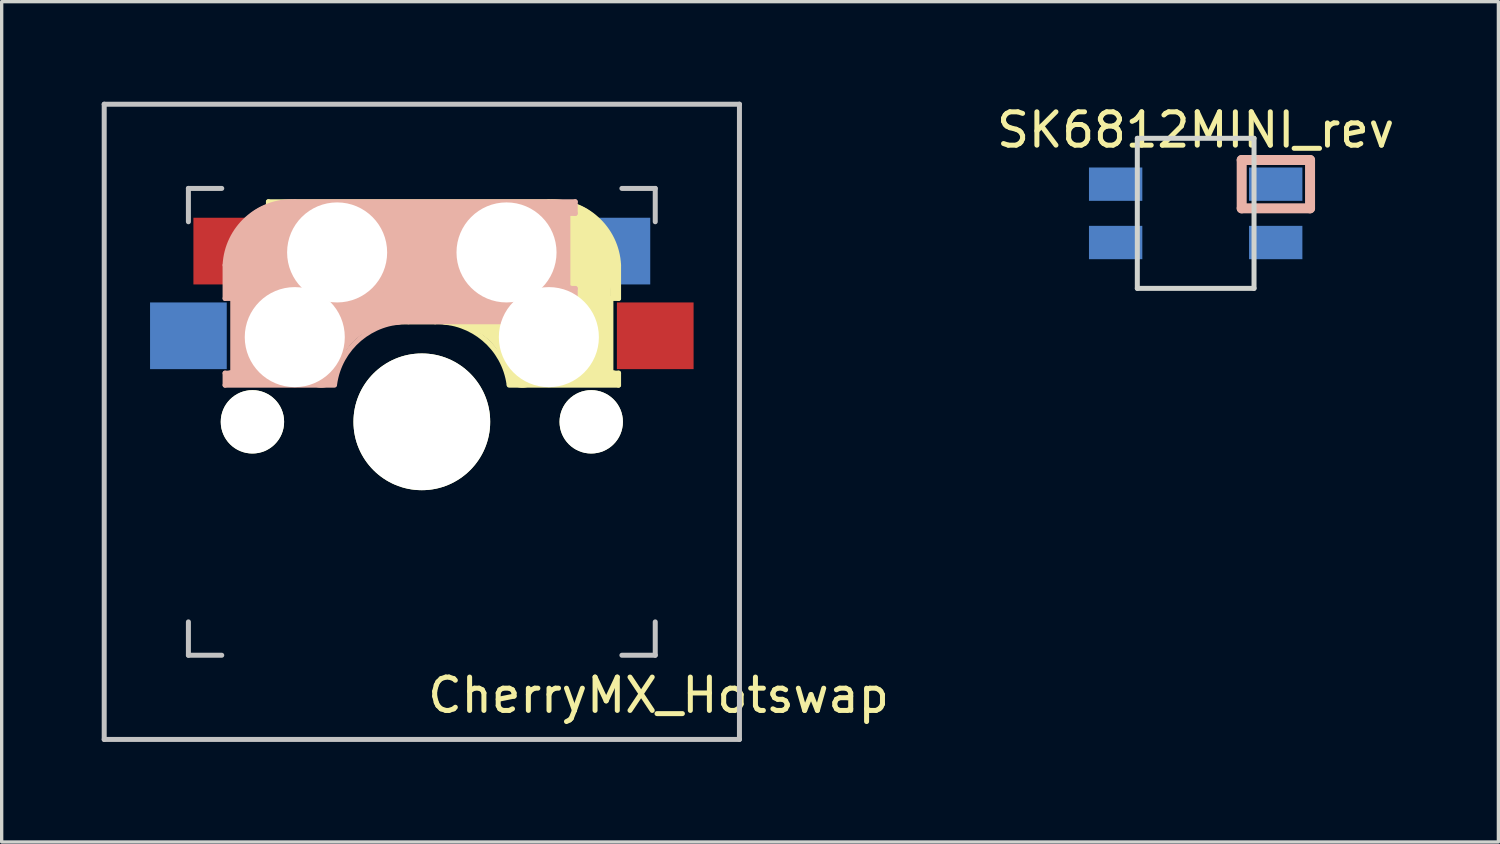
<source format=kicad_pcb>
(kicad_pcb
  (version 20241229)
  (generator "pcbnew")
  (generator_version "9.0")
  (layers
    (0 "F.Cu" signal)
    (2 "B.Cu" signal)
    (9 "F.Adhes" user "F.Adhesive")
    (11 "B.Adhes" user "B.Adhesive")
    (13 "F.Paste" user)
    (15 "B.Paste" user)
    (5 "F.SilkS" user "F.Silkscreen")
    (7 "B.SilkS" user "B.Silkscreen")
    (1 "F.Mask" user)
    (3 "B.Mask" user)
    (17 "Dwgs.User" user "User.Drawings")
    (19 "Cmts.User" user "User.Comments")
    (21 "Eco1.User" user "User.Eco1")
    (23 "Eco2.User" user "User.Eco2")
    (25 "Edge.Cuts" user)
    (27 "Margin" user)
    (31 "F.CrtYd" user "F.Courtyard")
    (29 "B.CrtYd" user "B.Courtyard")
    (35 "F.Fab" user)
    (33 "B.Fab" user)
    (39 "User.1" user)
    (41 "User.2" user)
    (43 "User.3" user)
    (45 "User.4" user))
  (footprint "SK6812MINI_rev"
    (layer "F.Cu")
    (at 32.807 3.348)
    (property "Reference" "SK6812MINI_rev" (at 0 -2.5 0) (layer "F.SilkS") (effects (font (size 1 1) (thickness 0.15))))
    (attr through_hole)
    (fp_line (start 1.38 -1.6) (end 3.43 -1.6) (stroke (width 0.3) (type solid)) (layer "B.SilkS"))
    (fp_line (start 1.38 -0.15) (end 1.38 -1.6) (stroke (width 0.3) (type solid)) (layer "B.SilkS"))
    (fp_line (start 3.43 -1.6) (end 3.43 -0.15) (stroke (width 0.3) (type solid)) (layer "B.SilkS"))
    (fp_line (start 3.43 -0.15) (end 1.38 -0.15) (stroke (width 0.3) (type solid)) (layer "B.SilkS"))
    (fp_line (start -1.75 -2.25) (end -1.75 2.25) (stroke (width 0.15) (type solid)) (layer "Edge.Cuts"))
    (fp_line (start -1.75 -2.25) (end 1.75 -2.25) (stroke (width 0.15) (type solid)) (layer "Edge.Cuts"))
    (fp_line (start 1.75 -2.25) (end 1.75 2.25) (stroke (width 0.15) (type solid)) (layer "Edge.Cuts"))
    (fp_line (start 1.75 2.25) (end -1.75 2.25) (stroke (width 0.15) (type solid)) (layer "Edge.Cuts"))
    (pad "1" smd rect (at -2.4 -0.875) (size 1.6 1) (layers "B.Cu" "B.Mask" "B.Paste"))
    (pad "2" smd rect (at -2.4 0.875) (size 1.6 1) (layers "B.Cu" "B.Mask" "B.Paste"))
    (pad "3" smd rect (at 2.4 0.875) (size 1.6 1) (layers "B.Cu" "B.Mask" "B.Paste"))
    (pad "4" smd rect (at 2.4 -0.875) (size 1.6 1) (layers "B.Cu" "B.Mask" "B.Paste")))
  (footprint "CherryMX_Hotswap"
    (layer "F.Cu")
    (at 9.6 9.6)
    (property "Reference" "CherryMX_Hotswap" (at 7.1 8.2 0) (layer "F.SilkS") (effects (font (size 1 1) (thickness 0.15))))
    (attr through_hole)
    (fp_line (start -4.6 -6.6) (end 3.8 -6.6) (stroke (width 0.15) (type solid)) (layer "F.SilkS"))
    (fp_line (start -4.6 -6.25) (end -4.6 -6.6) (stroke (width 0.15) (type solid)) (layer "F.SilkS"))
    (fp_line (start -4.6 -4) (end -4.4 -4) (stroke (width 0.15) (type solid)) (layer "F.SilkS"))
    (fp_line (start -4.6 -3) (end -4.6 -4) (stroke (width 0.15) (type solid)) (layer "F.SilkS"))
    (fp_line (start -4.4 -6.4) (end -3 -6.4) (stroke (width 0.4) (type solid)) (layer "F.SilkS"))
    (fp_line (start -4.4 -6.25) (end -4.6 -6.25) (stroke (width 0.15) (type solid)) (layer "F.SilkS"))
    (fp_line (start -4.4 -3.9) (end -4.4 -3.2) (stroke (width 0.4) (type solid)) (layer "F.SilkS"))
    (fp_line (start -4.38 -4) (end -4.38 -6.25) (stroke (width 0.15) (type solid)) (layer "F.SilkS"))
    (fp_line (start -4.3 -3.3) (end -2.9 -3.3) (stroke (width 0.5) (type solid)) (layer "F.SilkS"))
    (fp_line (start -3.9 -6) (end -3.9 -3.5) (stroke (width 1) (type solid)) (layer "F.SilkS"))
    (fp_line (start -2.6 -4.8) (end 4.1 -4.8) (stroke (width 3.5) (type solid)) (layer "F.SilkS"))
    (fp_line (start 0.4 -3) (end -4.6 -3) (stroke (width 0.15) (type solid)) (layer "F.SilkS"))
    (fp_line (start 4.17 -5.1) (end 4.17 -2.86) (stroke (width 3) (type solid)) (layer "F.SilkS"))
    (fp_line (start 5.3 -1.6) (end 5.3 -3.4) (stroke (width 0.8) (type solid)) (layer "F.SilkS"))
    (fp_line (start 5.67 -3.7) (end 5.67 -1.46) (stroke (width 0.15) (type solid)) (layer "F.SilkS"))
    (fp_line (start 5.7 -1.46) (end 5.9 -1.46) (stroke (width 0.15) (type solid)) (layer "F.SilkS"))
    (fp_line (start 5.7 -1.3) (end 3 -1.3) (stroke (width 0.5) (type solid)) (layer "F.SilkS"))
    (fp_line (start 5.8 -3.8) (end 5.8 -4.7) (stroke (width 0.3) (type solid)) (layer "F.SilkS"))
    (fp_line (start 5.9 -4.7) (end 5.9 -3.7) (stroke (width 0.15) (type solid)) (layer "F.SilkS"))
    (fp_line (start 5.9 -3.7) (end 5.7 -3.7) (stroke (width 0.15) (type solid)) (layer "F.SilkS"))
    (fp_line (start 5.9 -1.1) (end 2.62 -1.1) (stroke (width 0.15) (type solid)) (layer "F.SilkS"))
    (fp_line (start 5.9 -1.1) (end 5.9 -1.46) (stroke (width 0.15) (type solid)) (layer "F.SilkS"))
    (fp_arc (start 0.4 -3) (mid 1.868709 -2.486118) (end 2.616318 -1.121471) (stroke (width 0.15) (type solid)) (layer "F.SilkS"))
    (fp_arc (start 0.8 -3.4) (mid 2.268709 -2.886118) (end 3.016318 -1.521471) (stroke (width 1) (type solid)) (layer "F.SilkS"))
    (fp_arc (start 3.8 -6.600001) (mid 5.243504 -6.084925) (end 5.900001 -4.7) (stroke (width 0.15) (type solid)) (layer "F.SilkS"))
    (fp_line (start -5.9 -4.7) (end -5.9 -3.7) (stroke (width 0.15) (type solid)) (layer "B.SilkS"))
    (fp_line (start -5.9 -3.7) (end -5.7 -3.7) (stroke (width 0.15) (type solid)) (layer "B.SilkS"))
    (fp_line (start -5.9 -1.1) (end -5.9 -1.46) (stroke (width 0.15) (type solid)) (layer "B.SilkS"))
    (fp_line (start -5.9 -1.1) (end -2.62 -1.1) (stroke (width 0.15) (type solid)) (layer "B.SilkS"))
    (fp_line (start -5.8 -3.8) (end -5.8 -4.7) (stroke (width 0.3) (type solid)) (layer "B.SilkS"))
    (fp_line (start -5.7 -1.46) (end -5.9 -1.46) (stroke (width 0.15) (type solid)) (layer "B.SilkS"))
    (fp_line (start -5.7 -1.3) (end -3 -1.3) (stroke (width 0.5) (type solid)) (layer "B.SilkS"))
    (fp_line (start -5.67 -3.7) (end -5.67 -1.46) (stroke (width 0.15) (type solid)) (layer "B.SilkS"))
    (fp_line (start -5.3 -1.6) (end -5.3 -3.4) (stroke (width 0.8) (type solid)) (layer "B.SilkS"))
    (fp_line (start -4.17 -5.1) (end -4.17 -2.86) (stroke (width 3) (type solid)) (layer "B.SilkS"))
    (fp_line (start -0.4 -3) (end 4.6 -3) (stroke (width 0.15) (type solid)) (layer "B.SilkS"))
    (fp_line (start 2.6 -4.8) (end -4.1 -4.8) (stroke (width 3.5) (type solid)) (layer "B.SilkS"))
    (fp_line (start 3.9 -6) (end 3.9 -3.5) (stroke (width 1) (type solid)) (layer "B.SilkS"))
    (fp_line (start 4.3 -3.3) (end 2.9 -3.3) (stroke (width 0.5) (type solid)) (layer "B.SilkS"))
    (fp_line (start 4.38 -4) (end 4.38 -6.25) (stroke (width 0.15) (type solid)) (layer "B.SilkS"))
    (fp_line (start 4.4 -6.4) (end 3 -6.4) (stroke (width 0.4) (type solid)) (layer "B.SilkS"))
    (fp_line (start 4.4 -6.25) (end 4.6 -6.25) (stroke (width 0.15) (type solid)) (layer "B.SilkS"))
    (fp_line (start 4.4 -3.9) (end 4.4 -3.2) (stroke (width 0.4) (type solid)) (layer "B.SilkS"))
    (fp_line (start 4.6 -6.6) (end -3.8 -6.6) (stroke (width 0.15) (type solid)) (layer "B.SilkS"))
    (fp_line (start 4.6 -6.25) (end 4.6 -6.6) (stroke (width 0.15) (type solid)) (layer "B.SilkS"))
    (fp_line (start 4.6 -4) (end 4.4 -4) (stroke (width 0.15) (type solid)) (layer "B.SilkS"))
    (fp_line (start 4.6 -3) (end 4.6 -4) (stroke (width 0.15) (type solid)) (layer "B.SilkS"))
    (fp_arc (start -5.9 -4.699999) (mid -5.243504 -6.084924) (end -3.800001 -6.6) (stroke (width 0.15) (type solid)) (layer "B.SilkS"))
    (fp_arc (start -3.016318 -1.521471) (mid -2.268709 -2.886118) (end -0.8 -3.4) (stroke (width 1) (type solid)) (layer "B.SilkS"))
    (fp_arc (start -2.616318 -1.121471) (mid -1.868709 -2.486118) (end -0.4 -3) (stroke (width 0.15) (type solid)) (layer "B.SilkS"))
    (fp_line (start -9.525 -9.525) (end 9.525 -9.525) (stroke (width 0.15) (type solid)) (layer "Dwgs.User"))
    (fp_line (start -9.525 9.525) (end -9.525 -9.525) (stroke (width 0.15) (type solid)) (layer "Dwgs.User"))
    (fp_line (start -7 -7) (end -6 -7) (stroke (width 0.15) (type solid)) (layer "Dwgs.User"))
    (fp_line (start -7 -6) (end -7 -7) (stroke (width 0.15) (type solid)) (layer "Dwgs.User"))
    (fp_line (start -7 6) (end -7 7) (stroke (width 0.15) (type solid)) (layer "Dwgs.User"))
    (fp_line (start -7 7) (end -6 7) (stroke (width 0.15) (type solid)) (layer "Dwgs.User"))
    (fp_line (start 6 7) (end 7 7) (stroke (width 0.15) (type solid)) (layer "Dwgs.User"))
    (fp_line (start 7 -7) (end 6 -7) (stroke (width 0.15) (type solid)) (layer "Dwgs.User"))
    (fp_line (start 7 -7) (end 7 -6) (stroke (width 0.15) (type solid)) (layer "Dwgs.User"))
    (fp_line (start 7 7) (end 7 6) (stroke (width 0.15) (type solid)) (layer "Dwgs.User"))
    (fp_line (start 9.525 -9.525) (end 9.525 9.525) (stroke (width 0.15) (type solid)) (layer "Dwgs.User"))
    (fp_line (start 9.525 9.525) (end -9.525 9.525) (stroke (width 0.15) (type solid)) (layer "Dwgs.User"))
    (pad "" np_thru_hole circle (at -5.08 0) (size 1.9 1.9) (drill 1.9) (layers "*.Cu" "*.Mask" "F.SilkS"))
    (pad "" np_thru_hole circle (at -3.81 -2.54 180) (size 3 3) (drill 3) (layers "*.Cu" "*.Mask"))
    (pad "" np_thru_hole circle (at -2.54 -5.08 180) (size 3 3) (drill 3) (layers "*.Cu" "*.Mask"))
    (pad "" np_thru_hole circle (at 0 0 90) (size 4.1 4.1) (drill 4.1) (layers "*.Cu" "*.Mask" "F.SilkS"))
    (pad "" np_thru_hole circle (at 2.54 -5.08 180) (size 3 3) (drill 3) (layers "*.Cu" "*.Mask"))
    (pad "" np_thru_hole circle (at 3.81 -2.54 180) (size 3 3) (drill 3) (layers "*.Cu" "*.Mask"))
    (pad "" np_thru_hole circle (at 5.08 0) (size 1.9 1.9) (drill 1.9) (layers "*.Cu" "*.Mask" "F.SilkS"))
    (pad "1" smd rect (at -7 -2.58 180) (size 2.3 2) (layers "B.Cu" "B.Mask" "B.Paste"))
    (pad "1" smd rect (at 7 -2.58 180) (size 2.3 2) (layers "F.Cu" "F.Mask" "F.Paste"))
    (pad "2" smd rect (at -5.7 -5.12 180) (size 2.3 2) (layers "F.Cu" "F.Mask" "F.Paste"))
    (pad "2" smd rect (at 5.7 -5.12 180) (size 2.3 2) (layers "B.Cu" "B.Mask" "B.Paste")))
  (gr_rect
    (start -3 -3)
    (end 41.885 22.2)
    (stroke (width 0.1) (type default))
    (fill no)
    (layer "Edge.Cuts")))
</source>
